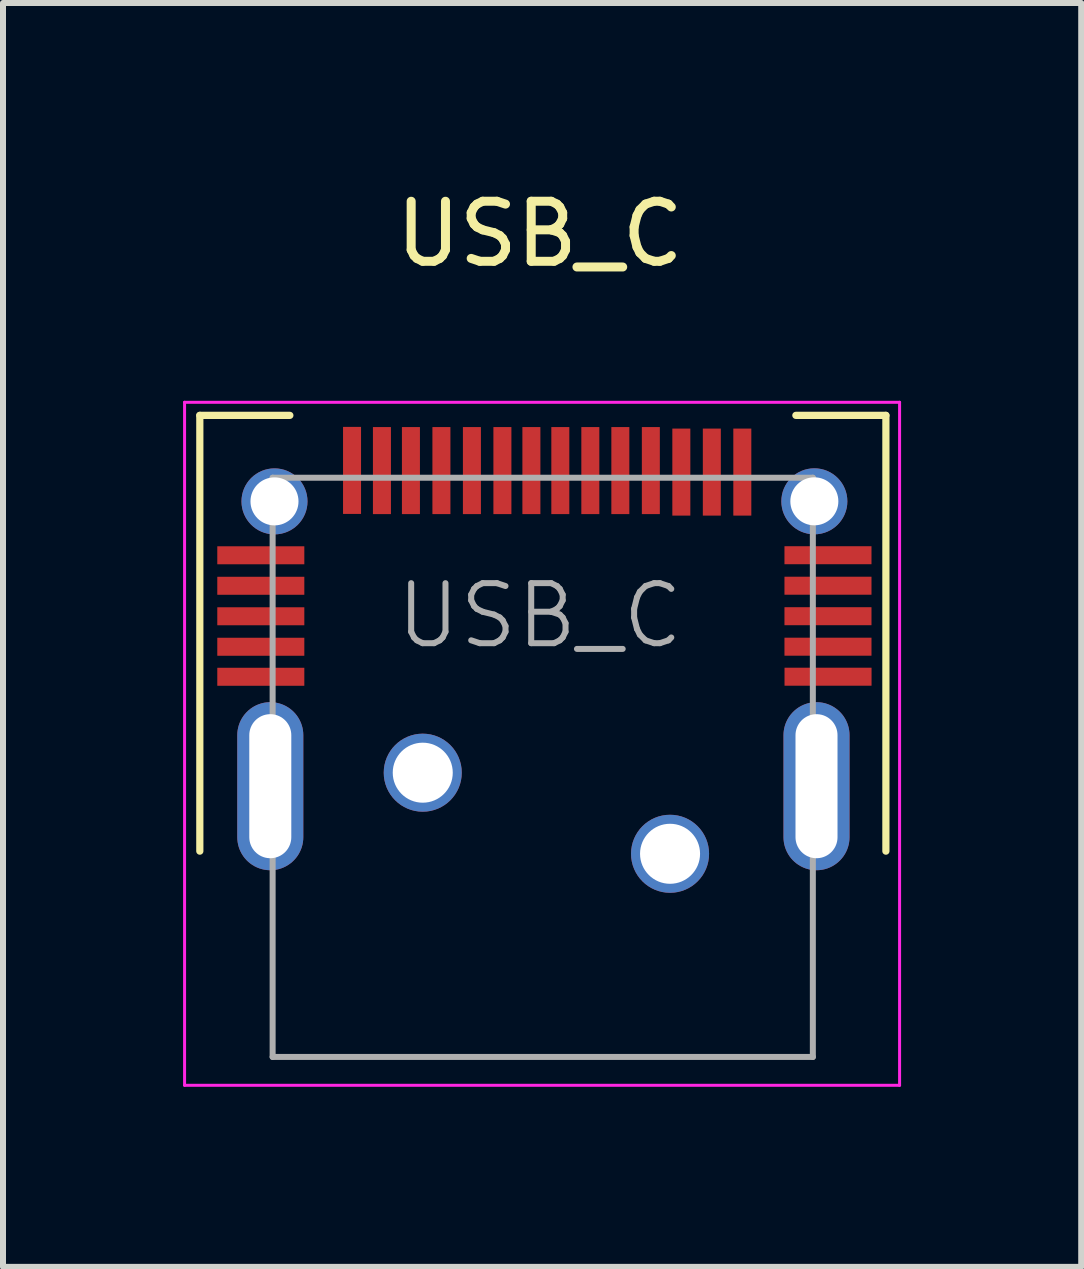
<source format=kicad_pcb>
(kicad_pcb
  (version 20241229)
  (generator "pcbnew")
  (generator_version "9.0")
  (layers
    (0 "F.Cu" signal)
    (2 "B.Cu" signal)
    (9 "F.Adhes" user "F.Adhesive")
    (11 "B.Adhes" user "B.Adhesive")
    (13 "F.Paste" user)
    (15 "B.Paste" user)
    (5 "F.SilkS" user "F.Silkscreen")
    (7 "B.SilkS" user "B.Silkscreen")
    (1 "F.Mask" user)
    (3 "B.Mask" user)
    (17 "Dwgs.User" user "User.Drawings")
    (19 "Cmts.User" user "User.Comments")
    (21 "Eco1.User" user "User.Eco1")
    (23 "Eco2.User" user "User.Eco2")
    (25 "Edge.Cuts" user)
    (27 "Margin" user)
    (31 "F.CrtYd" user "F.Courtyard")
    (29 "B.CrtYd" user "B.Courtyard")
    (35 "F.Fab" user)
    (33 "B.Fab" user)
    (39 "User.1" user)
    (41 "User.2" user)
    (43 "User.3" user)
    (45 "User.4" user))
  (footprint "USB_C"
    (layer "F.Cu")
    (at 5.943 7.208)
    (property "Reference" "USB_C" (at 0 -6.36 0) (layer "F.SilkS") (effects (font (size 1 1) (thickness 0.15))))
    (attr smd)
    (fp_line (start -5.664 -3.338) (end -5.664 3.922) (stroke (width 0.12) (type solid)) (layer "F.SilkS"))
    (fp_line (start -5.664 -3.338) (end -4.164 -3.338) (stroke (width 0.12) (type solid)) (layer "F.SilkS"))
    (fp_line (start 4.266 -3.338) (end 5.766 -3.338) (stroke (width 0.12) (type solid)) (layer "F.SilkS"))
    (fp_line (start 5.766 -3.338) (end 5.766 3.922) (stroke (width 0.12) (type solid)) (layer "F.SilkS"))
    (fp_line (start -5.918 -3.556) (end 5.994 -3.556) (stroke (width 0.05) (type solid)) (layer "F.CrtYd"))
    (fp_line (start -5.918 7.823) (end -5.918 -3.556) (stroke (width 0.05) (type solid)) (layer "F.CrtYd"))
    (fp_line (start 5.994 -3.556) (end 5.994 7.823) (stroke (width 0.05) (type solid)) (layer "F.CrtYd"))
    (fp_line (start 5.994 7.823) (end -5.918 7.823) (stroke (width 0.05) (type solid)) (layer "F.CrtYd"))
    (fp_line (start -4.451 -2.299) (end 4.549 -2.299) (stroke (width 0.1) (type solid)) (layer "F.Fab"))
    (fp_line (start -4.451 7.351) (end -4.451 -2.299) (stroke (width 0.1) (type solid)) (layer "F.Fab"))
    (fp_line (start -4.451 7.351) (end 4.549 7.351) (stroke (width 0.1) (type solid)) (layer "F.Fab"))
    (fp_line (start 4.549 7.351) (end 4.549 -2.299) (stroke (width 0.1) (type solid)) (layer "F.Fab"))
    (fp_text user "${REFERENCE}" (at 0 0 0) (layer "F.Fab") (effects (font (size 1 1) (thickness 0.1))))
    (pad "A1" smd rect (at -3.128 -2.421) (size 0.3 1.45) (layers "F.Cu" "F.Mask" "F.Paste"))
    (pad "A2" smd rect (at -2.63 -2.418) (size 0.3 1.45) (layers "F.Cu" "F.Mask" "F.Paste"))
    (pad "A3" smd rect (at -2.147 -2.418) (size 0.3 1.45) (layers "F.Cu" "F.Mask" "F.Paste"))
    (pad "A4" smd rect (at -1.639 -2.418) (size 0.3 1.45) (layers "F.Cu" "F.Mask" "F.Paste"))
    (pad "A5" smd rect (at -1.131 -2.418) (size 0.3 1.45) (layers "F.Cu" "F.Mask" "F.Paste"))
    (pad "A6" smd rect (at -0.623 -2.418) (size 0.3 1.45) (layers "F.Cu" "F.Mask" "F.Paste"))
    (pad "A7" smd rect (at -0.14 -2.418) (size 0.3 1.45) (layers "F.Cu" "F.Mask" "F.Paste"))
    (pad "A8" smd rect (at 0.342 -2.418) (size 0.3 1.45) (layers "F.Cu" "F.Mask" "F.Paste"))
    (pad "A9" smd rect (at 1.85 -2.418) (size 0.3 1.45) (layers "F.Cu" "F.Mask" "F.Paste"))
    (pad "A10" smd rect (at 2.358 -2.393) (size 0.3 1.45) (layers "F.Cu" "F.Mask" "F.Paste"))
    (pad "A11" smd rect (at 2.866 -2.393) (size 0.3 1.45) (layers "F.Cu" "F.Mask" "F.Paste"))
    (pad "A12" smd rect (at 3.374 -2.393) (size 0.3 1.45) (layers "F.Cu" "F.Mask" "F.Paste"))
    (pad "B1" smd rect (at 4.802 1.016) (size 1.45 0.3) (layers "F.Cu" "F.Mask" "F.Paste"))
    (pad "B2" smd rect (at 4.801 0.516) (size 1.45 0.3) (layers "F.Cu" "F.Mask" "F.Paste"))
    (pad "B3" smd rect (at 4.801 0.008) (size 1.45 0.3) (layers "F.Cu" "F.Mask" "F.Paste"))
    (pad "B4" smd rect (at 4.801 -0.5) (size 1.45 0.3) (layers "F.Cu" "F.Mask" "F.Paste"))
    (pad "B5" smd rect (at 4.801 -1.008) (size 1.45 0.3) (layers "F.Cu" "F.Mask" "F.Paste"))
    (pad "B6" smd rect (at 1.342 -2.418) (size 0.3 1.45) (layers "F.Cu" "F.Mask" "F.Paste"))
    (pad "B7" smd rect (at 0.842 -2.418) (size 0.3 1.45) (layers "F.Cu" "F.Mask" "F.Paste"))
    (pad "B8" smd rect (at -4.648 -1.007) (size 1.45 0.3) (layers "F.Cu" "F.Mask" "F.Paste"))
    (pad "B9" smd rect (at -4.648 -0.499) (size 1.45 0.3) (layers "F.Cu" "F.Mask" "F.Paste"))
    (pad "B10" smd rect (at -4.648 0.009) (size 1.45 0.3) (layers "F.Cu" "F.Mask" "F.Paste"))
    (pad "B11" smd rect (at -4.648 0.517) (size 1.45 0.3) (layers "F.Cu" "F.Mask" "F.Paste"))
    (pad "B12" smd rect (at -4.648 1.017) (size 1.45 0.3) (layers "F.Cu" "F.Mask" "F.Paste"))
    (pad "S1" thru_hole oval (at -4.49 2.84) (size 1.1 2.8) (drill oval 0.7 2.4) (layers "*.Cu" "*.Mask"))
    (pad "S1" thru_hole oval (at -4.42 -1.905) (size 1.1 1.1) (drill 0.8) (layers "*.Cu" "*.Mask"))
    (pad "S1" thru_hole oval (at -1.95 2.615) (size 1.3 1.3) (drill 1) (layers "*.Cu" "*.Mask"))
    (pad "S1" thru_hole oval (at 2.17 3.966) (size 1.3 1.3) (drill 1) (layers "*.Cu" "*.Mask"))
    (pad "S1" thru_hole oval (at 4.574 -1.906) (size 1.1 1.1) (drill 0.8) (layers "*.Cu" "*.Mask"))
    (pad "S1" thru_hole oval (at 4.61 2.84) (size 1.1 2.8) (drill oval 0.7 2.4) (layers "*.Cu" "*.Mask")))
  (gr_rect
    (start -3 -3)
    (end 14.963 18.056)
    (stroke (width 0.1) (type default))
    (fill no)
    (layer "Edge.Cuts")))
</source>
